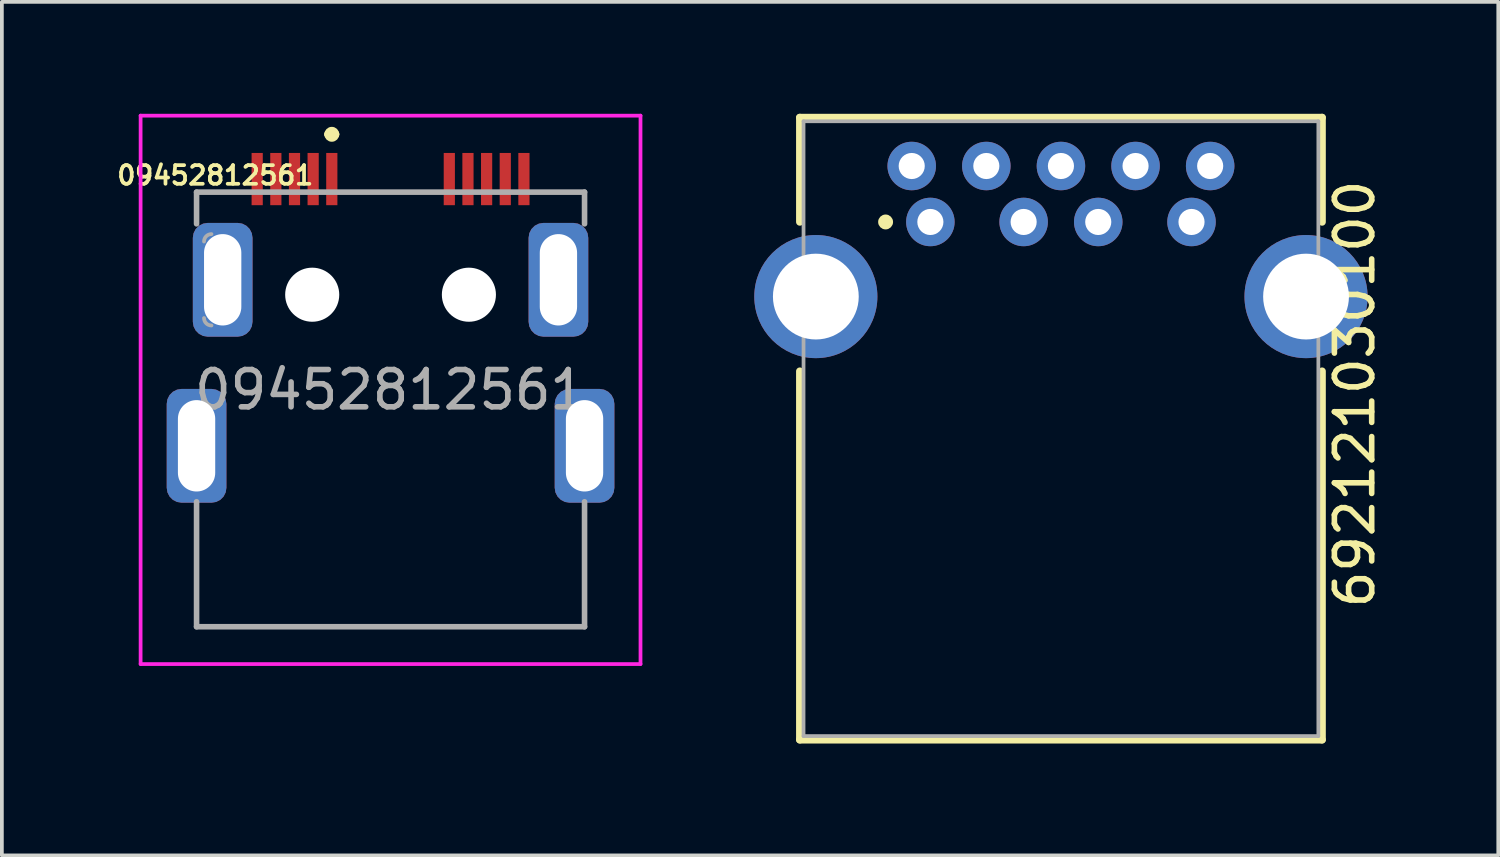
<source format=kicad_pcb>
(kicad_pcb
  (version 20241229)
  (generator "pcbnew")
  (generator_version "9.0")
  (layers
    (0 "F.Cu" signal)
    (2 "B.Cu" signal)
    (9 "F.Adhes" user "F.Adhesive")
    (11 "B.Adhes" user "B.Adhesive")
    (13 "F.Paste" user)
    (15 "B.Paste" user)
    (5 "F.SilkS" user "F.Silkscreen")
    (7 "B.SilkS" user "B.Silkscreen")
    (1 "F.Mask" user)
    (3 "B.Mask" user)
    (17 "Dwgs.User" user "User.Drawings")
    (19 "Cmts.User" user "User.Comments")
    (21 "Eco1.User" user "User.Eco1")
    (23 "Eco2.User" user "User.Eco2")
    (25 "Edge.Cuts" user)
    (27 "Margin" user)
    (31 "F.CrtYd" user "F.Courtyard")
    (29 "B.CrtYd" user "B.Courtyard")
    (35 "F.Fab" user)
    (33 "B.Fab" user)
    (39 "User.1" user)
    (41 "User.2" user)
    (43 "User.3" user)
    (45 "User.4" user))
  (footprint "09452812561"
    (layer "F.Cu")
    (at 7.419 4.45)
    (property "Reference" "09452812561" (at -4.7 -2.8 0) (unlocked yes) (layer "F.SilkS") (effects (font (size 0.5 0.5) (thickness 0.1))))
    (attr through_hole)
    (fp_line (start -5.2 -2.35) (end -4 -2.35) (stroke (width 0.05) (type solid)) (layer "F.SilkS"))
    (fp_line (start -5.2 -1.5) (end -5.2 -2.35) (stroke (width 0.05) (type solid)) (layer "F.SilkS"))
    (fp_line (start -5.2 5.95) (end -5.2 9.3) (stroke (width 0.05) (type solid)) (layer "F.SilkS"))
    (fp_line (start -5.2 9.3) (end 5.2 9.3) (stroke (width 0.05) (type solid)) (layer "F.SilkS"))
    (fp_line (start -1.675 -3.9) (end -1.675 -3.9) (stroke (width 0.2) (type solid)) (layer "F.SilkS"))
    (fp_line (start -1.475 -3.9) (end -1.475 -3.9) (stroke (width 0.2) (type solid)) (layer "F.SilkS"))
    (fp_line (start 4 -2.35) (end 5.2 -2.35) (stroke (width 0.05) (type solid)) (layer "F.SilkS"))
    (fp_line (start 5.2 -2.35) (end 5.2 -1.5) (stroke (width 0.05) (type solid)) (layer "F.SilkS"))
    (fp_line (start 5.2 9.3) (end 5.2 5.95) (stroke (width 0.05) (type solid)) (layer "F.SilkS"))
    (fp_arc (start -1.675 -3.9) (mid -1.575 -4) (end -1.475 -3.9) (stroke (width 0.2) (type solid)) (layer "F.SilkS"))
    (fp_arc (start -1.475 -3.9) (mid -1.575 -3.8) (end -1.675 -3.9) (stroke (width 0.2) (type solid)) (layer "F.SilkS"))
    (fp_line (start -6.7 -4.4) (end 6.7 -4.4) (stroke (width 0.1) (type solid)) (layer "F.CrtYd"))
    (fp_line (start -6.7 10.3) (end -6.7 -4.4) (stroke (width 0.1) (type solid)) (layer "F.CrtYd"))
    (fp_line (start 6.7 -4.4) (end 6.7 10.3) (stroke (width 0.1) (type solid)) (layer "F.CrtYd"))
    (fp_line (start 6.7 10.3) (end -6.7 10.3) (stroke (width 0.1) (type solid)) (layer "F.CrtYd"))
    (fp_line (start -5.2 -2.35) (end 5.2 -2.35) (stroke (width 0.15) (type solid)) (layer "F.Fab"))
    (fp_line (start -5.2 -1.5) (end -5.2 -2.35) (stroke (width 0.15) (type solid)) (layer "F.Fab"))
    (fp_line (start -5.2 5.95) (end -5.2 9.3) (stroke (width 0.15) (type solid)) (layer "F.Fab"))
    (fp_line (start -5.2 9.3) (end 5.2 9.3) (stroke (width 0.15) (type solid)) (layer "F.Fab"))
    (fp_line (start 5.2 -2.35) (end 5.2 -1.5) (stroke (width 0.15) (type solid)) (layer "F.Fab"))
    (fp_line (start 5.2 9.3) (end 5.2 5.95) (stroke (width 0.15) (type solid)) (layer "F.Fab"))
    (fp_arc (start -5 -1.025) (mid -4.941421 -1.166421) (end -4.8 -1.225) (stroke (width 0.1) (type solid)) (layer "F.Fab"))
    (fp_arc (start -4.8 1.225) (mid -4.941421 1.166421) (end -5 1.025) (stroke (width 0.1) (type solid)) (layer "F.Fab"))
    (fp_text user "${REFERENCE}" (at 0 2.95 0) (unlocked yes) (layer "F.Fab") (effects (font (size 1 1) (thickness 0.15))))
    (pad "" np_thru_hole circle (at -2.1 0.4) (size 1.45 1.45) (drill 1.45) (layers "*.Cu" "*.Mask"))
    (pad "" np_thru_hole circle (at 2.1 0.4) (size 1.45 1.45) (drill 1.45) (layers "*.Cu" "*.Mask"))
    (pad "1" smd rect (at -1.575 -2.7) (size 0.3 1.4) (layers "F.Cu" "F.Mask" "F.Paste"))
    (pad "2" smd rect (at -2.075 -2.7) (size 0.3 1.4) (layers "F.Cu" "F.Mask" "F.Paste"))
    (pad "3" smd rect (at -2.575 -2.7) (size 0.3 1.4) (layers "F.Cu" "F.Mask" "F.Paste"))
    (pad "4" smd rect (at -3.075 -2.7) (size 0.3 1.4) (layers "F.Cu" "F.Mask" "F.Paste"))
    (pad "5" smd rect (at -3.575 -2.7) (size 0.3 1.4) (layers "F.Cu" "F.Mask" "F.Paste"))
    (pad "6" smd rect (at 1.575 -2.7) (size 0.3 1.4) (layers "F.Cu" "F.Mask" "F.Paste"))
    (pad "7" smd rect (at 2.075 -2.7) (size 0.3 1.4) (layers "F.Cu" "F.Mask" "F.Paste"))
    (pad "8" smd rect (at 2.575 -2.7) (size 0.3 1.4) (layers "F.Cu" "F.Mask" "F.Paste"))
    (pad "9" smd rect (at 3.075 -2.7) (size 0.3 1.4) (layers "F.Cu" "F.Mask" "F.Paste"))
    (pad "10" smd rect (at 3.575 -2.7) (size 0.3 1.4) (layers "F.Cu" "F.Mask" "F.Paste"))
    (pad "SH" thru_hole roundrect (at -5.2 4.45) (size 1.6 3.05) (drill oval 1 2.45) (layers "*.Cu" "*.Mask") (roundrect_rratio 0.25))
    (pad "SH" thru_hole roundrect (at -4.5 0) (size 1.6 3.05) (drill oval 1 2.45) (layers "*.Cu" "*.Mask") (roundrect_rratio 0.25))
    (pad "SH" thru_hole roundrect (at 4.5 0) (size 1.6 3.05) (drill oval 1 2.45) (layers "*.Cu" "*.Mask") (roundrect_rratio 0.25))
    (pad "SH" thru_hole roundrect (at 5.2 4.45) (size 1.6 3.05) (drill oval 1 2.45) (layers "*.Cu" "*.Mask") (roundrect_rratio 0.25)))
  (footprint "692121030100"
    (layer "F.Cu")
    (at 25.389 8.26)
    (property "Reference" "692121030100" (at 7.875 -0.75 90) (layer "F.SilkS") (effects (font (size 1 1) (thickness 0.15))))
    (attr through_hole)
    (fp_line (start -7 -8.16) (end 7 -8.16) (stroke (width 0.2) (type solid)) (layer "F.SilkS"))
    (fp_line (start -7 -5.36) (end -7 -8.16) (stroke (width 0.2) (type solid)) (layer "F.SilkS"))
    (fp_line (start -7 -1.36) (end -7 8.52) (stroke (width 0.2) (type solid)) (layer "F.SilkS"))
    (fp_line (start -7 8.52) (end 7 8.52) (stroke (width 0.2) (type solid)) (layer "F.SilkS"))
    (fp_line (start 7 -8.16) (end 7 -5.36) (stroke (width 0.2) (type solid)) (layer "F.SilkS"))
    (fp_line (start 7 8.52) (end 7 -1.36) (stroke (width 0.2) (type solid)) (layer "F.SilkS"))
    (fp_circle (center -4.7 -5.36) (end -4.6 -5.36) (stroke (width 0.2) (type solid)) (fill no) (layer "F.SilkS"))
    (fp_line (start -6.9 -8.06) (end -6.9 8.42) (stroke (width 0.1) (type solid)) (layer "F.Fab"))
    (fp_line (start -6.9 8.42) (end 6.9 8.42) (stroke (width 0.1) (type solid)) (layer "F.Fab"))
    (fp_line (start 6.9 -8.06) (end -6.9 -8.06) (stroke (width 0.1) (type solid)) (layer "F.Fab"))
    (fp_line (start 6.9 8.42) (end 6.9 -8.06) (stroke (width 0.1) (type solid)) (layer "F.Fab"))
    (pad "1" thru_hole circle (at -3.5 -5.36) (size 1.3 1.3) (drill 0.7) (layers "*.Cu" "*.Mask"))
    (pad "2" thru_hole circle (at -1 -5.36) (size 1.3 1.3) (drill 0.7) (layers "*.Cu" "*.Mask"))
    (pad "3" thru_hole circle (at 1 -5.36) (size 1.3 1.3) (drill 0.7) (layers "*.Cu" "*.Mask"))
    (pad "4" thru_hole circle (at 3.5 -5.36) (size 1.3 1.3) (drill 0.7) (layers "*.Cu" "*.Mask"))
    (pad "5" thru_hole circle (at 4 -6.86) (size 1.3 1.3) (drill 0.7) (layers "*.Cu" "*.Mask"))
    (pad "6" thru_hole circle (at 2 -6.86) (size 1.3 1.3) (drill 0.7) (layers "*.Cu" "*.Mask"))
    (pad "7" thru_hole circle (at 0 -6.86) (size 1.3 1.3) (drill 0.7) (layers "*.Cu" "*.Mask"))
    (pad "8" thru_hole circle (at -2 -6.86) (size 1.3 1.3) (drill 0.7) (layers "*.Cu" "*.Mask"))
    (pad "9" thru_hole circle (at -4 -6.86) (size 1.3 1.3) (drill 0.7) (layers "*.Cu" "*.Mask"))
    (pad "10" thru_hole circle (at -6.57 -3.36) (size 3.3 3.3) (drill 2.3) (layers "*.Cu" "*.Mask"))
    (pad "10" thru_hole circle (at 6.57 -3.36) (size 3.3 3.3) (drill 2.3) (layers "*.Cu" "*.Mask")))
  (gr_rect
    (start -3 -3)
    (end 37.112 19.88)
    (stroke (width 0.1) (type default))
    (fill no)
    (layer "Edge.Cuts")))
</source>
